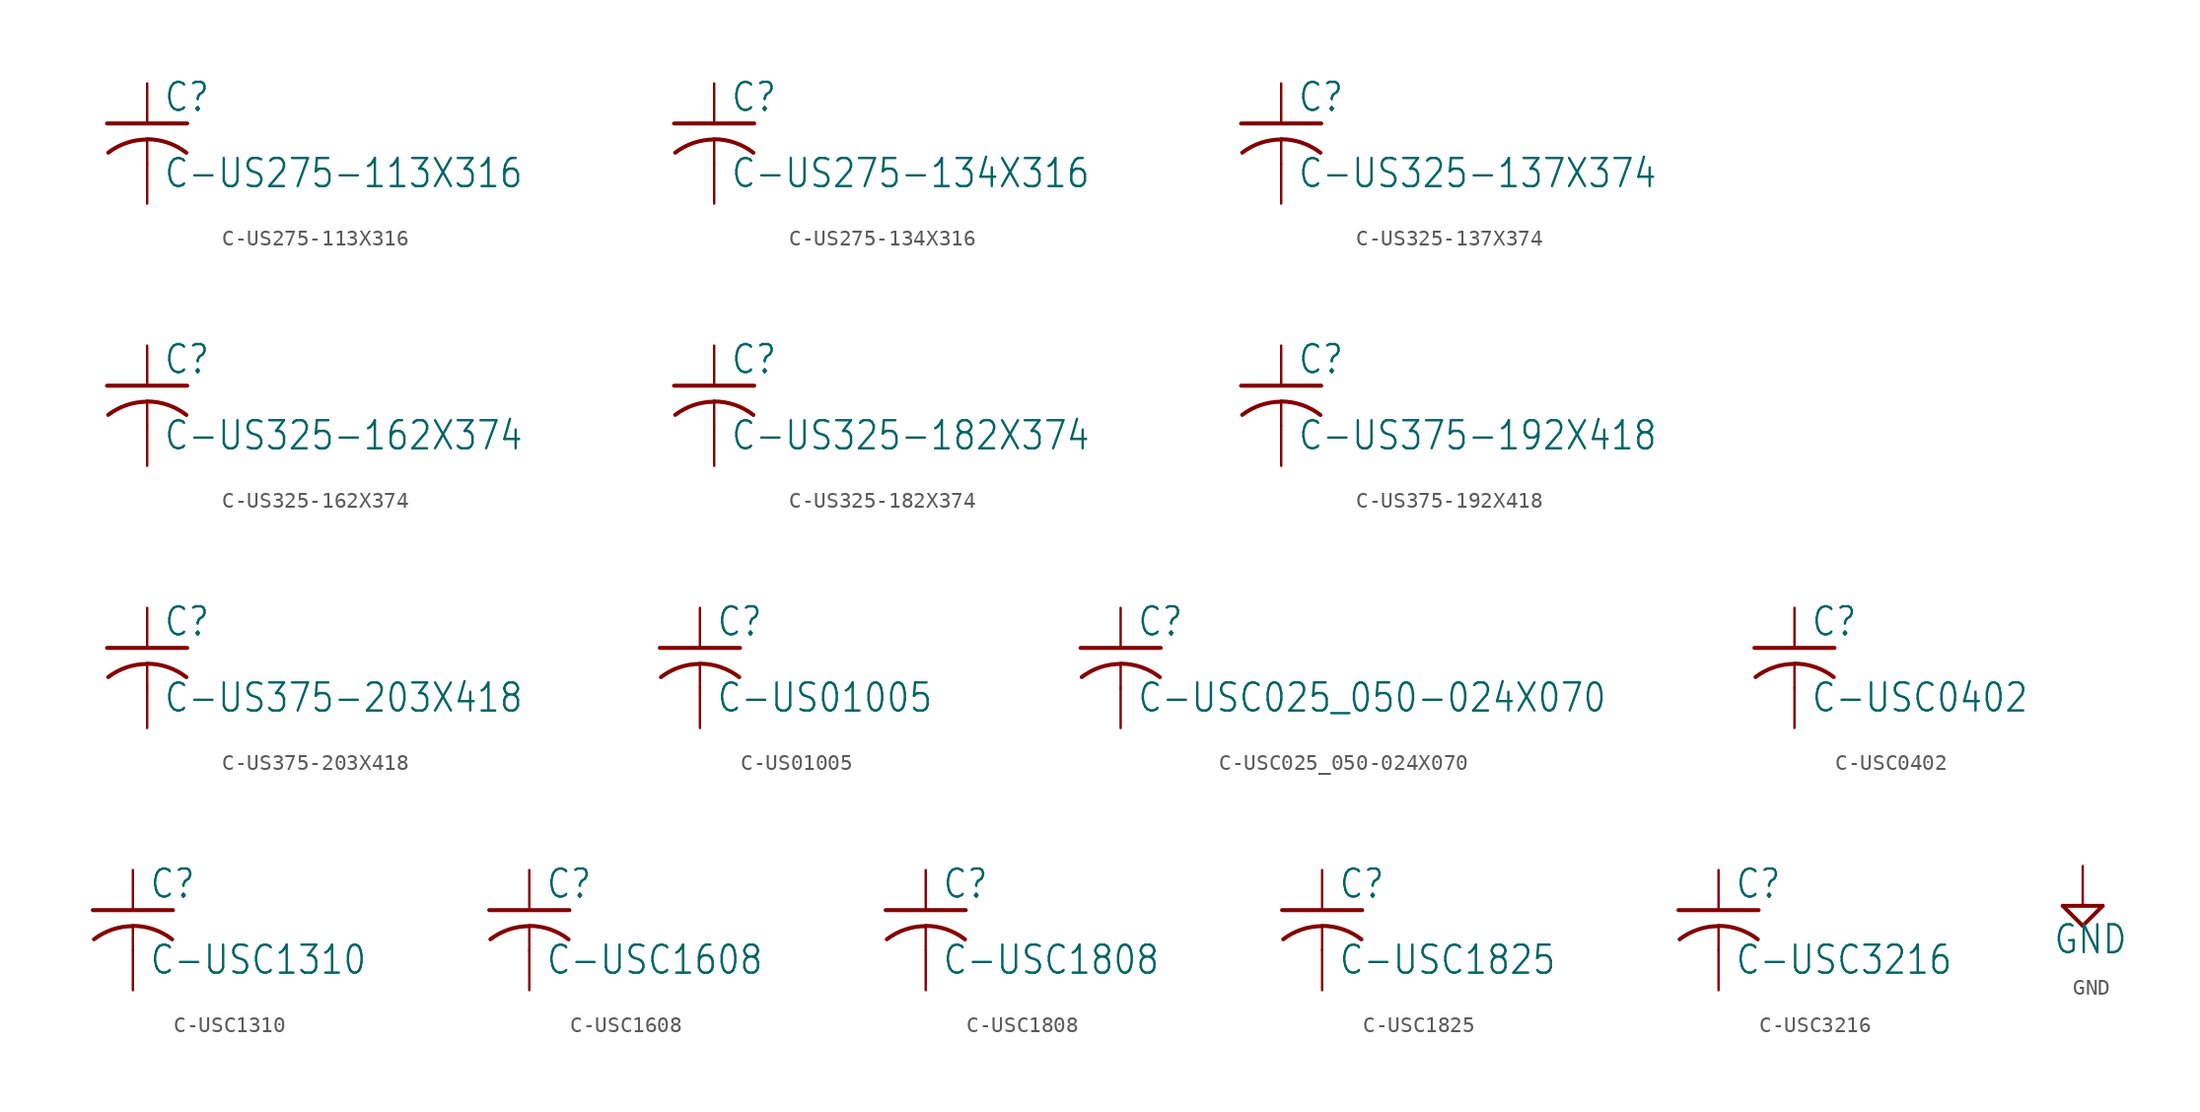
<source format=kicad_sym>
(kicad_symbol_lib
  (version 20211014)
  (generator kicad_symbol_editor)
  (symbol "C-US275-113X316"
    (property "Reference" "C"
      (at 1.016 0.635 0)
      (effects (font (size 1.778 1.511)) (justify left bottom)))
    (property "Value" "C-US275-113X316"
      (at 1.016 -4.191 0)
      (effects (font (size 1.778 1.511)) (justify left bottom)))
    (property "ki_locked" ""
      (at 0 0 0)
      (effects (font (size 1.27 1.27))))
    (symbol "C-US275-113X316_1_0"
      (arc (start 0 -1.0161) (mid -1.302 -1.2303) (end -2.4668 -1.8504) (stroke (width 0.254) (type default) (color 0 0 0 0)) (fill (type none)))
      (polyline (pts (xy -2.54 0) (xy 2.54 0)) (stroke (width 0.254) (type default) (color 0 0 0 0)) (fill (type none)))
      (polyline (pts (xy 0 -1.016) (xy 0 -2.54)) (stroke (width 0.152) (type default) (color 0 0 0 0)) (fill (type none)))
      (arc (start 2.4892 -1.8542) (mid 1.3158 -1.2195) (end 0 -1) (stroke (width 0.254) (type default) (color 0 0 0 0)) (fill (type none)))
      (pin passive line (at 0 2.54 270) (length 2.54) (name "1" (effects (font (size 0 0)))) (number "1" (effects (font (size 0 0)))))
      (pin passive line (at 0 -5.08 90) (length 2.54) (name "2" (effects (font (size 0 0)))) (number "2" (effects (font (size 0 0)))))))
  (symbol "C-US275-134X316"
    (property "Reference" "C"
      (at 1.016 0.635 0)
      (effects (font (size 1.778 1.511)) (justify left bottom)))
    (property "Value" "C-US275-134X316"
      (at 1.016 -4.191 0)
      (effects (font (size 1.778 1.511)) (justify left bottom)))
    (property "ki_locked" ""
      (at 0 0 0)
      (effects (font (size 1.27 1.27))))
    (symbol "C-US275-134X316_1_0"
      (arc (start 0 -1.0161) (mid -1.302 -1.2303) (end -2.4668 -1.8504) (stroke (width 0.254) (type default) (color 0 0 0 0)) (fill (type none)))
      (polyline (pts (xy -2.54 0) (xy 2.54 0)) (stroke (width 0.254) (type default) (color 0 0 0 0)) (fill (type none)))
      (polyline (pts (xy 0 -1.016) (xy 0 -2.54)) (stroke (width 0.152) (type default) (color 0 0 0 0)) (fill (type none)))
      (arc (start 2.4892 -1.8542) (mid 1.3158 -1.2195) (end 0 -1) (stroke (width 0.254) (type default) (color 0 0 0 0)) (fill (type none)))
      (pin passive line (at 0 2.54 270) (length 2.54) (name "1" (effects (font (size 0 0)))) (number "1" (effects (font (size 0 0)))))
      (pin passive line (at 0 -5.08 90) (length 2.54) (name "2" (effects (font (size 0 0)))) (number "2" (effects (font (size 0 0)))))))
  (symbol "C-US325-137X374"
    (property "Reference" "C"
      (at 1.016 0.635 0)
      (effects (font (size 1.778 1.511)) (justify left bottom)))
    (property "Value" "C-US325-137X374"
      (at 1.016 -4.191 0)
      (effects (font (size 1.778 1.511)) (justify left bottom)))
    (property "ki_locked" ""
      (at 0 0 0)
      (effects (font (size 1.27 1.27))))
    (symbol "C-US325-137X374_1_0"
      (arc (start 0 -1.0161) (mid -1.302 -1.2303) (end -2.4668 -1.8504) (stroke (width 0.254) (type default) (color 0 0 0 0)) (fill (type none)))
      (polyline (pts (xy -2.54 0) (xy 2.54 0)) (stroke (width 0.254) (type default) (color 0 0 0 0)) (fill (type none)))
      (polyline (pts (xy 0 -1.016) (xy 0 -2.54)) (stroke (width 0.152) (type default) (color 0 0 0 0)) (fill (type none)))
      (arc (start 2.4892 -1.8542) (mid 1.3158 -1.2195) (end 0 -1) (stroke (width 0.254) (type default) (color 0 0 0 0)) (fill (type none)))
      (pin passive line (at 0 2.54 270) (length 2.54) (name "1" (effects (font (size 0 0)))) (number "1" (effects (font (size 0 0)))))
      (pin passive line (at 0 -5.08 90) (length 2.54) (name "2" (effects (font (size 0 0)))) (number "2" (effects (font (size 0 0)))))))
  (symbol "C-US325-162X374"
    (property "Reference" "C"
      (at 1.016 0.635 0)
      (effects (font (size 1.778 1.511)) (justify left bottom)))
    (property "Value" "C-US325-162X374"
      (at 1.016 -4.191 0)
      (effects (font (size 1.778 1.511)) (justify left bottom)))
    (property "ki_locked" ""
      (at 0 0 0)
      (effects (font (size 1.27 1.27))))
    (symbol "C-US325-162X374_1_0"
      (arc (start 0 -1.0161) (mid -1.302 -1.2303) (end -2.4668 -1.8504) (stroke (width 0.254) (type default) (color 0 0 0 0)) (fill (type none)))
      (polyline (pts (xy -2.54 0) (xy 2.54 0)) (stroke (width 0.254) (type default) (color 0 0 0 0)) (fill (type none)))
      (polyline (pts (xy 0 -1.016) (xy 0 -2.54)) (stroke (width 0.152) (type default) (color 0 0 0 0)) (fill (type none)))
      (arc (start 2.4892 -1.8542) (mid 1.3158 -1.2195) (end 0 -1) (stroke (width 0.254) (type default) (color 0 0 0 0)) (fill (type none)))
      (pin passive line (at 0 2.54 270) (length 2.54) (name "1" (effects (font (size 0 0)))) (number "1" (effects (font (size 0 0)))))
      (pin passive line (at 0 -5.08 90) (length 2.54) (name "2" (effects (font (size 0 0)))) (number "2" (effects (font (size 0 0)))))))
  (symbol "C-US325-182X374"
    (property "Reference" "C"
      (at 1.016 0.635 0)
      (effects (font (size 1.778 1.511)) (justify left bottom)))
    (property "Value" "C-US325-182X374"
      (at 1.016 -4.191 0)
      (effects (font (size 1.778 1.511)) (justify left bottom)))
    (property "ki_locked" ""
      (at 0 0 0)
      (effects (font (size 1.27 1.27))))
    (symbol "C-US325-182X374_1_0"
      (arc (start 0 -1.0161) (mid -1.302 -1.2303) (end -2.4668 -1.8504) (stroke (width 0.254) (type default) (color 0 0 0 0)) (fill (type none)))
      (polyline (pts (xy -2.54 0) (xy 2.54 0)) (stroke (width 0.254) (type default) (color 0 0 0 0)) (fill (type none)))
      (polyline (pts (xy 0 -1.016) (xy 0 -2.54)) (stroke (width 0.152) (type default) (color 0 0 0 0)) (fill (type none)))
      (arc (start 2.4892 -1.8542) (mid 1.3158 -1.2195) (end 0 -1) (stroke (width 0.254) (type default) (color 0 0 0 0)) (fill (type none)))
      (pin passive line (at 0 2.54 270) (length 2.54) (name "1" (effects (font (size 0 0)))) (number "1" (effects (font (size 0 0)))))
      (pin passive line (at 0 -5.08 90) (length 2.54) (name "2" (effects (font (size 0 0)))) (number "2" (effects (font (size 0 0)))))))
  (symbol "C-US375-192X418"
    (property "Reference" "C"
      (at 1.016 0.635 0)
      (effects (font (size 1.778 1.511)) (justify left bottom)))
    (property "Value" "C-US375-192X418"
      (at 1.016 -4.191 0)
      (effects (font (size 1.778 1.511)) (justify left bottom)))
    (property "ki_locked" ""
      (at 0 0 0)
      (effects (font (size 1.27 1.27))))
    (symbol "C-US375-192X418_1_0"
      (arc (start 0 -1.0161) (mid -1.302 -1.2303) (end -2.4668 -1.8504) (stroke (width 0.254) (type default) (color 0 0 0 0)) (fill (type none)))
      (polyline (pts (xy -2.54 0) (xy 2.54 0)) (stroke (width 0.254) (type default) (color 0 0 0 0)) (fill (type none)))
      (polyline (pts (xy 0 -1.016) (xy 0 -2.54)) (stroke (width 0.152) (type default) (color 0 0 0 0)) (fill (type none)))
      (arc (start 2.4892 -1.8542) (mid 1.3158 -1.2195) (end 0 -1) (stroke (width 0.254) (type default) (color 0 0 0 0)) (fill (type none)))
      (pin passive line (at 0 2.54 270) (length 2.54) (name "1" (effects (font (size 0 0)))) (number "1" (effects (font (size 0 0)))))
      (pin passive line (at 0 -5.08 90) (length 2.54) (name "2" (effects (font (size 0 0)))) (number "2" (effects (font (size 0 0)))))))
  (symbol "C-US375-203X418"
    (property "Reference" "C"
      (at 1.016 0.635 0)
      (effects (font (size 1.778 1.511)) (justify left bottom)))
    (property "Value" "C-US375-203X418"
      (at 1.016 -4.191 0)
      (effects (font (size 1.778 1.511)) (justify left bottom)))
    (property "ki_locked" ""
      (at 0 0 0)
      (effects (font (size 1.27 1.27))))
    (symbol "C-US375-203X418_1_0"
      (arc (start 0 -1.0161) (mid -1.302 -1.2303) (end -2.4668 -1.8504) (stroke (width 0.254) (type default) (color 0 0 0 0)) (fill (type none)))
      (polyline (pts (xy -2.54 0) (xy 2.54 0)) (stroke (width 0.254) (type default) (color 0 0 0 0)) (fill (type none)))
      (polyline (pts (xy 0 -1.016) (xy 0 -2.54)) (stroke (width 0.152) (type default) (color 0 0 0 0)) (fill (type none)))
      (arc (start 2.4892 -1.8542) (mid 1.3158 -1.2195) (end 0 -1) (stroke (width 0.254) (type default) (color 0 0 0 0)) (fill (type none)))
      (pin passive line (at 0 2.54 270) (length 2.54) (name "1" (effects (font (size 0 0)))) (number "1" (effects (font (size 0 0)))))
      (pin passive line (at 0 -5.08 90) (length 2.54) (name "2" (effects (font (size 0 0)))) (number "2" (effects (font (size 0 0)))))))
  (symbol "C-US01005"
    (property "Reference" "C"
      (at 1.016 0.635 0)
      (effects (font (size 1.778 1.511)) (justify left bottom)))
    (property "Value" "C-US01005"
      (at 1.016 -4.191 0)
      (effects (font (size 1.778 1.511)) (justify left bottom)))
    (property "ki_locked" ""
      (at 0 0 0)
      (effects (font (size 1.27 1.27))))
    (symbol "C-US01005_1_0"
      (arc (start 0 -1.0161) (mid -1.302 -1.2303) (end -2.4668 -1.8504) (stroke (width 0.254) (type default) (color 0 0 0 0)) (fill (type none)))
      (polyline (pts (xy -2.54 0) (xy 2.54 0)) (stroke (width 0.254) (type default) (color 0 0 0 0)) (fill (type none)))
      (polyline (pts (xy 0 -1.016) (xy 0 -2.54)) (stroke (width 0.152) (type default) (color 0 0 0 0)) (fill (type none)))
      (arc (start 2.4892 -1.8542) (mid 1.3158 -1.2195) (end 0 -1) (stroke (width 0.254) (type default) (color 0 0 0 0)) (fill (type none)))
      (pin passive line (at 0 2.54 270) (length 2.54) (name "1" (effects (font (size 0 0)))) (number "1" (effects (font (size 0 0)))))
      (pin passive line (at 0 -5.08 90) (length 2.54) (name "2" (effects (font (size 0 0)))) (number "2" (effects (font (size 0 0)))))))
  (symbol "C-USC025_050-024X070"
    (property "Reference" "C"
      (at 1.016 0.635 0)
      (effects (font (size 1.778 1.511)) (justify left bottom)))
    (property "Value" "C-USC025_050-024X070"
      (at 1.016 -4.191 0)
      (effects (font (size 1.778 1.511)) (justify left bottom)))
    (property "ki_locked" ""
      (at 0 0 0)
      (effects (font (size 1.27 1.27))))
    (symbol "C-USC025_050-024X070_1_0"
      (arc (start 0 -1.0161) (mid -1.302 -1.2303) (end -2.4668 -1.8504) (stroke (width 0.254) (type default) (color 0 0 0 0)) (fill (type none)))
      (polyline (pts (xy -2.54 0) (xy 2.54 0)) (stroke (width 0.254) (type default) (color 0 0 0 0)) (fill (type none)))
      (polyline (pts (xy 0 -1.016) (xy 0 -2.54)) (stroke (width 0.152) (type default) (color 0 0 0 0)) (fill (type none)))
      (arc (start 2.4892 -1.8542) (mid 1.3158 -1.2195) (end 0 -1) (stroke (width 0.254) (type default) (color 0 0 0 0)) (fill (type none)))
      (pin passive line (at 0 2.54 270) (length 2.54) (name "1" (effects (font (size 0 0)))) (number "1" (effects (font (size 0 0)))))
      (pin passive line (at 0 -5.08 90) (length 2.54) (name "2" (effects (font (size 0 0)))) (number "2" (effects (font (size 0 0)))))))
  (symbol "C-USC0402"
    (property "Reference" "C"
      (at 1.016 0.635 0)
      (effects (font (size 1.778 1.511)) (justify left bottom)))
    (property "Value" "C-USC0402"
      (at 1.016 -4.191 0)
      (effects (font (size 1.778 1.511)) (justify left bottom)))
    (property "ki_locked" ""
      (at 0 0 0)
      (effects (font (size 1.27 1.27))))
    (symbol "C-USC0402_1_0"
      (arc (start 0 -1.0161) (mid -1.302 -1.2303) (end -2.4668 -1.8504) (stroke (width 0.254) (type default) (color 0 0 0 0)) (fill (type none)))
      (polyline (pts (xy -2.54 0) (xy 2.54 0)) (stroke (width 0.254) (type default) (color 0 0 0 0)) (fill (type none)))
      (polyline (pts (xy 0 -1.016) (xy 0 -2.54)) (stroke (width 0.152) (type default) (color 0 0 0 0)) (fill (type none)))
      (arc (start 2.4892 -1.8542) (mid 1.3158 -1.2195) (end 0 -1) (stroke (width 0.254) (type default) (color 0 0 0 0)) (fill (type none)))
      (pin passive line (at 0 2.54 270) (length 2.54) (name "1" (effects (font (size 0 0)))) (number "1" (effects (font (size 0 0)))))
      (pin passive line (at 0 -5.08 90) (length 2.54) (name "2" (effects (font (size 0 0)))) (number "2" (effects (font (size 0 0)))))))
  (symbol "C-USC1310"
    (property "Reference" "C"
      (at 1.016 0.635 0)
      (effects (font (size 1.778 1.511)) (justify left bottom)))
    (property "Value" "C-USC1310"
      (at 1.016 -4.191 0)
      (effects (font (size 1.778 1.511)) (justify left bottom)))
    (property "ki_locked" ""
      (at 0 0 0)
      (effects (font (size 1.27 1.27))))
    (symbol "C-USC1310_1_0"
      (arc (start 0 -1.0161) (mid -1.302 -1.2303) (end -2.4668 -1.8504) (stroke (width 0.254) (type default) (color 0 0 0 0)) (fill (type none)))
      (polyline (pts (xy -2.54 0) (xy 2.54 0)) (stroke (width 0.254) (type default) (color 0 0 0 0)) (fill (type none)))
      (polyline (pts (xy 0 -1.016) (xy 0 -2.54)) (stroke (width 0.152) (type default) (color 0 0 0 0)) (fill (type none)))
      (arc (start 2.4892 -1.8542) (mid 1.3158 -1.2195) (end 0 -1) (stroke (width 0.254) (type default) (color 0 0 0 0)) (fill (type none)))
      (pin passive line (at 0 2.54 270) (length 2.54) (name "1" (effects (font (size 0 0)))) (number "1" (effects (font (size 0 0)))))
      (pin passive line (at 0 -5.08 90) (length 2.54) (name "2" (effects (font (size 0 0)))) (number "2" (effects (font (size 0 0)))))))
  (symbol "C-USC1608"
    (property "Reference" "C"
      (at 1.016 0.635 0)
      (effects (font (size 1.778 1.511)) (justify left bottom)))
    (property "Value" "C-USC1608"
      (at 1.016 -4.191 0)
      (effects (font (size 1.778 1.511)) (justify left bottom)))
    (property "ki_locked" ""
      (at 0 0 0)
      (effects (font (size 1.27 1.27))))
    (symbol "C-USC1608_1_0"
      (arc (start 0 -1.0161) (mid -1.302 -1.2303) (end -2.4668 -1.8504) (stroke (width 0.254) (type default) (color 0 0 0 0)) (fill (type none)))
      (polyline (pts (xy -2.54 0) (xy 2.54 0)) (stroke (width 0.254) (type default) (color 0 0 0 0)) (fill (type none)))
      (polyline (pts (xy 0 -1.016) (xy 0 -2.54)) (stroke (width 0.152) (type default) (color 0 0 0 0)) (fill (type none)))
      (arc (start 2.4892 -1.8542) (mid 1.3158 -1.2195) (end 0 -1) (stroke (width 0.254) (type default) (color 0 0 0 0)) (fill (type none)))
      (pin passive line (at 0 2.54 270) (length 2.54) (name "1" (effects (font (size 0 0)))) (number "1" (effects (font (size 0 0)))))
      (pin passive line (at 0 -5.08 90) (length 2.54) (name "2" (effects (font (size 0 0)))) (number "2" (effects (font (size 0 0)))))))
  (symbol "C-USC1808"
    (property "Reference" "C"
      (at 1.016 0.635 0)
      (effects (font (size 1.778 1.511)) (justify left bottom)))
    (property "Value" "C-USC1808"
      (at 1.016 -4.191 0)
      (effects (font (size 1.778 1.511)) (justify left bottom)))
    (property "ki_locked" ""
      (at 0 0 0)
      (effects (font (size 1.27 1.27))))
    (symbol "C-USC1808_1_0"
      (arc (start 0 -1.0161) (mid -1.302 -1.2303) (end -2.4668 -1.8504) (stroke (width 0.254) (type default) (color 0 0 0 0)) (fill (type none)))
      (polyline (pts (xy -2.54 0) (xy 2.54 0)) (stroke (width 0.254) (type default) (color 0 0 0 0)) (fill (type none)))
      (polyline (pts (xy 0 -1.016) (xy 0 -2.54)) (stroke (width 0.152) (type default) (color 0 0 0 0)) (fill (type none)))
      (arc (start 2.4892 -1.8542) (mid 1.3158 -1.2195) (end 0 -1) (stroke (width 0.254) (type default) (color 0 0 0 0)) (fill (type none)))
      (pin passive line (at 0 2.54 270) (length 2.54) (name "1" (effects (font (size 0 0)))) (number "1" (effects (font (size 0 0)))))
      (pin passive line (at 0 -5.08 90) (length 2.54) (name "2" (effects (font (size 0 0)))) (number "2" (effects (font (size 0 0)))))))
  (symbol "C-USC1825"
    (property "Reference" "C"
      (at 1.016 0.635 0)
      (effects (font (size 1.778 1.511)) (justify left bottom)))
    (property "Value" "C-USC1825"
      (at 1.016 -4.191 0)
      (effects (font (size 1.778 1.511)) (justify left bottom)))
    (property "ki_locked" ""
      (at 0 0 0)
      (effects (font (size 1.27 1.27))))
    (symbol "C-USC1825_1_0"
      (arc (start 0 -1.0161) (mid -1.302 -1.2303) (end -2.4668 -1.8504) (stroke (width 0.254) (type default) (color 0 0 0 0)) (fill (type none)))
      (polyline (pts (xy -2.54 0) (xy 2.54 0)) (stroke (width 0.254) (type default) (color 0 0 0 0)) (fill (type none)))
      (polyline (pts (xy 0 -1.016) (xy 0 -2.54)) (stroke (width 0.152) (type default) (color 0 0 0 0)) (fill (type none)))
      (arc (start 2.4892 -1.8542) (mid 1.3158 -1.2195) (end 0 -1) (stroke (width 0.254) (type default) (color 0 0 0 0)) (fill (type none)))
      (pin passive line (at 0 2.54 270) (length 2.54) (name "1" (effects (font (size 0 0)))) (number "1" (effects (font (size 0 0)))))
      (pin passive line (at 0 -5.08 90) (length 2.54) (name "2" (effects (font (size 0 0)))) (number "2" (effects (font (size 0 0)))))))
  (symbol "C-USC3216"
    (property "Reference" "C"
      (at 1.016 0.635 0)
      (effects (font (size 1.778 1.511)) (justify left bottom)))
    (property "Value" "C-USC3216"
      (at 1.016 -4.191 0)
      (effects (font (size 1.778 1.511)) (justify left bottom)))
    (property "ki_locked" ""
      (at 0 0 0)
      (effects (font (size 1.27 1.27))))
    (symbol "C-USC3216_1_0"
      (arc (start 0 -1.0161) (mid -1.302 -1.2303) (end -2.4668 -1.8504) (stroke (width 0.254) (type default) (color 0 0 0 0)) (fill (type none)))
      (polyline (pts (xy -2.54 0) (xy 2.54 0)) (stroke (width 0.254) (type default) (color 0 0 0 0)) (fill (type none)))
      (polyline (pts (xy 0 -1.016) (xy 0 -2.54)) (stroke (width 0.152) (type default) (color 0 0 0 0)) (fill (type none)))
      (arc (start 2.4892 -1.8542) (mid 1.3158 -1.2195) (end 0 -1) (stroke (width 0.254) (type default) (color 0 0 0 0)) (fill (type none)))
      (pin passive line (at 0 2.54 270) (length 2.54) (name "1" (effects (font (size 0 0)))) (number "1" (effects (font (size 0 0)))))
      (pin passive line (at 0 -5.08 90) (length 2.54) (name "2" (effects (font (size 0 0)))) (number "2" (effects (font (size 0 0)))))))
  (symbol "GND"
    (power)
    (property "Reference" "#SUPPLY"
      (at 0 0 0)
      (effects (font (size 1.27 1.27)) hide))
    (property "Value" "GND"
      (at -1.905 -3.175 0)
      (effects (font (size 1.778 1.511)) (justify left bottom)))
    (property "ki_locked" ""
      (at 0 0 0)
      (effects (font (size 1.27 1.27))))
    (symbol "GND_1_0"
      (polyline (pts (xy -1.27 0) (xy 1.27 0)) (stroke (width 0.254) (type default) (color 0 0 0 0)) (fill (type none)))
      (polyline (pts (xy 0 -1.27) (xy -1.27 0)) (stroke (width 0.254) (type default) (color 0 0 0 0)) (fill (type none)))
      (polyline (pts (xy 1.27 0) (xy 0 -1.27)) (stroke (width 0.254) (type default) (color 0 0 0 0)) (fill (type none)))
      (pin power_in line (at 0 2.54 270) (length 2.54) (name "GND" (effects (font (size 0 0)))) (number "1" (effects (font (size 0 0))))))))
</source>
